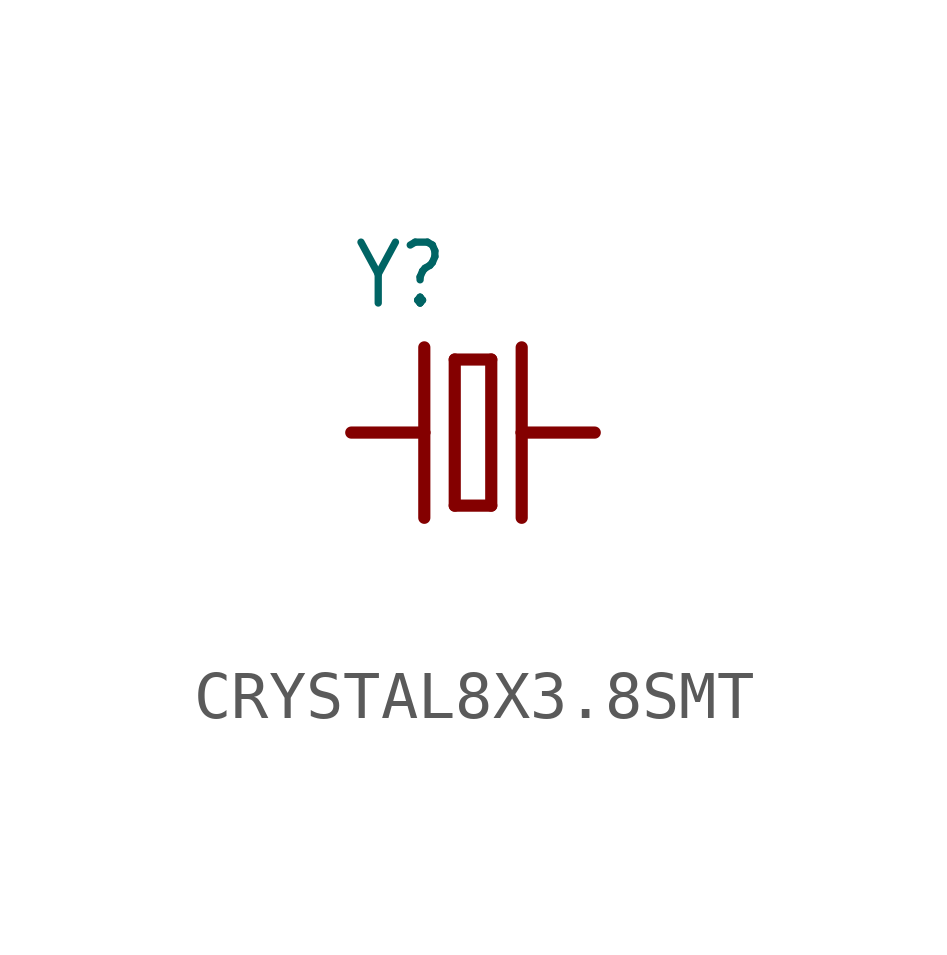
<source format=kicad_sym>
(kicad_symbol_lib
  (version 20220914)
  (generator kicad_symbol_editor)
  (symbol "CRYSTAL8X3.8SMT"
    (property "Reference" "Y"
      (at -2.54 2.54 0)
      (effects (font (size 1.27 1.079)) (justify left bottom)))
    (property "Value" ""
      (at -2.54 -3.81 0)
      (effects (font (size 1.27 1.079)) (justify left bottom)))
    (property "ki_locked" ""
      (at 0 0 0)
      (effects (font (size 1.27 1.27))))
    (symbol "CRYSTAL8X3.8SMT_1_0"
      (polyline (pts (xy -2.54 0) (xy -1.016 0)) (stroke (width 0.254) (type solid)) (fill (type none)))
      (polyline (pts (xy -1.016 0) (xy -1.016 -1.778)) (stroke (width 0.254) (type solid)) (fill (type none)))
      (polyline (pts (xy -1.016 1.778) (xy -1.016 0)) (stroke (width 0.254) (type solid)) (fill (type none)))
      (polyline (pts (xy -0.381 -1.524) (xy 0.381 -1.524)) (stroke (width 0.254) (type solid)) (fill (type none)))
      (polyline (pts (xy -0.381 1.524) (xy -0.381 -1.524)) (stroke (width 0.254) (type solid)) (fill (type none)))
      (polyline (pts (xy 0.381 -1.524) (xy 0.381 1.524)) (stroke (width 0.254) (type solid)) (fill (type none)))
      (polyline (pts (xy 0.381 1.524) (xy -0.381 1.524)) (stroke (width 0.254) (type solid)) (fill (type none)))
      (polyline (pts (xy 1.016 0) (xy 1.016 -1.778)) (stroke (width 0.254) (type solid)) (fill (type none)))
      (polyline (pts (xy 1.016 1.778) (xy 1.016 0)) (stroke (width 0.254) (type solid)) (fill (type none)))
      (polyline (pts (xy 2.54 0) (xy 1.016 0)) (stroke (width 0.254) (type solid)) (fill (type none)))
      (pin passive line (at -2.54 0 0) (length 0) (name "1" (effects (font (size 0 0)))) (number "P$1" (effects (font (size 0 0)))))
      (pin passive line (at 2.54 0 180) (length 0) (name "2" (effects (font (size 0 0)))) (number "P$4" (effects (font (size 0 0))))))))
</source>
